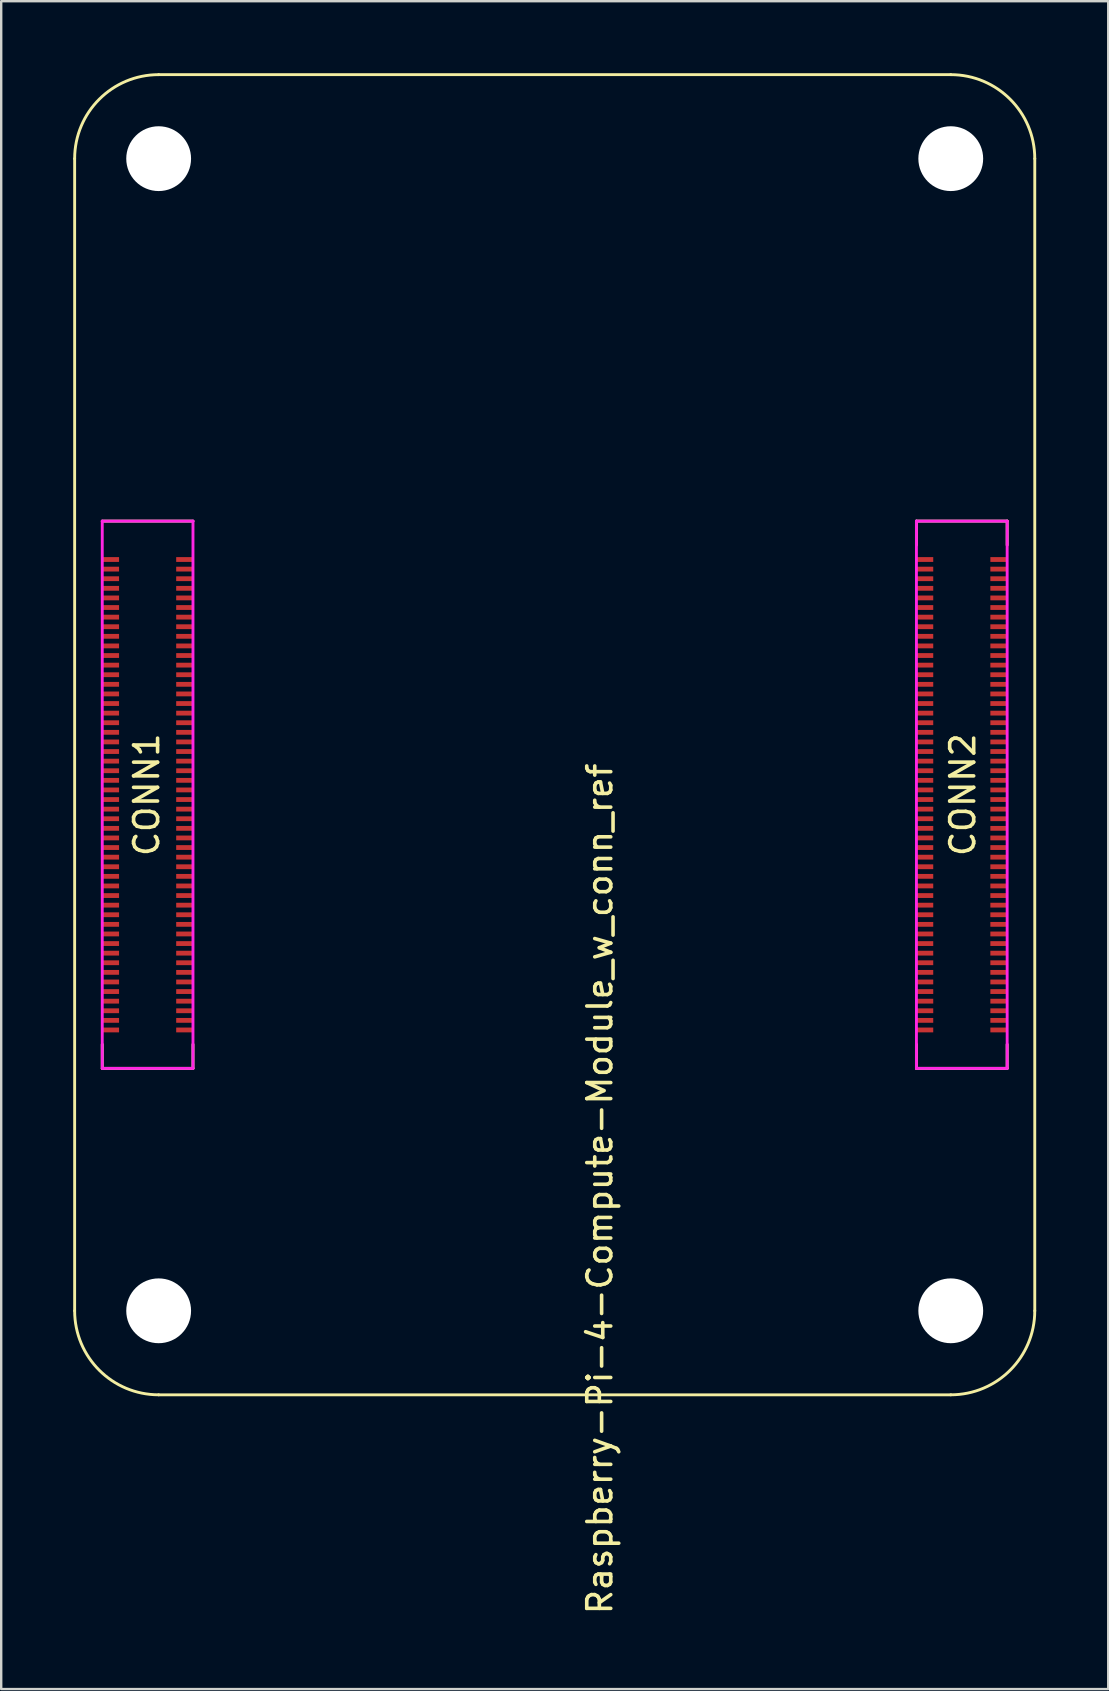
<source format=kicad_pcb>
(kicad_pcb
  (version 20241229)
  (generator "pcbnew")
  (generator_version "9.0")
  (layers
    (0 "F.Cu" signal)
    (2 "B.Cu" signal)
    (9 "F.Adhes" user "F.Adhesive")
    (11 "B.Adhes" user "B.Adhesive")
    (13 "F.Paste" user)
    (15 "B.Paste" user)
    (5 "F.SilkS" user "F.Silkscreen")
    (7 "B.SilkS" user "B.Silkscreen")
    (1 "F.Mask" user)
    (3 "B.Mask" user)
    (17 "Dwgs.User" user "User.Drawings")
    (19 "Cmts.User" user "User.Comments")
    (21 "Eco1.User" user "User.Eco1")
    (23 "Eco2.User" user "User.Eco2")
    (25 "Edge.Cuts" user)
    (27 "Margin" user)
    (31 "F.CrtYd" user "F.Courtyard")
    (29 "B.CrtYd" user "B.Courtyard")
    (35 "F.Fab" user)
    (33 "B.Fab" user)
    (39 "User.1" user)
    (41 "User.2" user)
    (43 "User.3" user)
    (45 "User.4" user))
  (footprint "Raspberry-Pi-4-Compute-Module_w_conn_ref"
    (layer "F.Cu")
    (at 3.56 51.56)
    (property "Reference" "Raspberry-Pi-4-Compute-Module_w_conn_ref" (at 18.38 -5.08 270) (layer "F.SilkS") (effects (font (size 1 1) (thickness 0.15))))
    (attr smd)
    (fp_line (start -3.5 -48) (end -3.5 0) (stroke (width 0.12) (type solid)) (layer "F.SilkS"))
    (fp_line (start -2.35 -32.9) (end 1.43 -32.9) (stroke (width 0.12) (type solid)) (layer "F.SilkS"))
    (fp_line (start -2.35 -10.1) (end -2.35 -11.1) (stroke (width 0.12) (type solid)) (layer "F.SilkS"))
    (fp_line (start -2.35 -10.1) (end 1.43 -10.1) (stroke (width 0.12) (type solid)) (layer "F.SilkS"))
    (fp_line (start 0 3.5) (end 33 3.5) (stroke (width 0.12) (type solid)) (layer "F.SilkS"))
    (fp_line (start 1.43 -10.1) (end 1.43 -11.1) (stroke (width 0.12) (type solid)) (layer "F.SilkS"))
    (fp_line (start 31.57 -32.9) (end 31.57 -31.9) (stroke (width 0.12) (type solid)) (layer "F.SilkS"))
    (fp_line (start 31.57 -32.9) (end 35.35 -32.9) (stroke (width 0.12) (type solid)) (layer "F.SilkS"))
    (fp_line (start 31.57 -10.1) (end 31.57 -11.1) (stroke (width 0.12) (type solid)) (layer "F.SilkS"))
    (fp_line (start 31.57 -10.1) (end 35.35 -10.1) (stroke (width 0.12) (type solid)) (layer "F.SilkS"))
    (fp_line (start 33 -51.5) (end 0 -51.5) (stroke (width 0.12) (type solid)) (layer "F.SilkS"))
    (fp_line (start 35.35 -32.9) (end 35.35 -31.9) (stroke (width 0.12) (type solid)) (layer "F.SilkS"))
    (fp_line (start 35.35 -10.1) (end 35.35 -11.1) (stroke (width 0.12) (type solid)) (layer "F.SilkS"))
    (fp_line (start 36.5 0) (end 36.5 -48) (stroke (width 0.12) (type solid)) (layer "F.SilkS"))
    (fp_arc (start -3.5 -48) (mid -2.474874 -50.474874) (end 0 -51.5) (stroke (width 0.12) (type solid)) (layer "F.SilkS"))
    (fp_arc (start 0 3.5) (mid -2.474874 2.474874) (end -3.5 0) (stroke (width 0.12) (type solid)) (layer "F.SilkS"))
    (fp_arc (start 33 -51.5) (mid 35.474874 -50.474874) (end 36.5 -48) (stroke (width 0.12) (type solid)) (layer "F.SilkS"))
    (fp_arc (start 36.5 0) (mid 35.474874 2.474874) (end 33 3.5) (stroke (width 0.12) (type solid)) (layer "F.SilkS"))
    (fp_line (start -2.35 -32.9) (end 1.43 -32.9) (stroke (width 0.12) (type solid)) (layer "F.CrtYd"))
    (fp_line (start -2.35 -10.1) (end -2.35 -32.9) (stroke (width 0.12) (type solid)) (layer "F.CrtYd"))
    (fp_line (start 1.43 -32.9) (end 1.43 -10.1) (stroke (width 0.12) (type solid)) (layer "F.CrtYd"))
    (fp_line (start 1.43 -10.1) (end -2.35 -10.1) (stroke (width 0.12) (type solid)) (layer "F.CrtYd"))
    (fp_line (start 31.57 -32.9) (end 35.35 -32.9) (stroke (width 0.12) (type solid)) (layer "F.CrtYd"))
    (fp_line (start 31.57 -10.1) (end 31.57 -32.9) (stroke (width 0.12) (type solid)) (layer "F.CrtYd"))
    (fp_line (start 35.35 -32.9) (end 35.35 -10.1) (stroke (width 0.12) (type solid)) (layer "F.CrtYd"))
    (fp_line (start 35.35 -10.1) (end 31.57 -10.1) (stroke (width 0.12) (type solid)) (layer "F.CrtYd"))
    (fp_text user "CONN2" (at 33.5 -21.5 90) (layer "F.SilkS") (effects (font (size 1 1) (thickness 0.15))))
    (fp_text user "CONN1" (at -0.5 -21.5 270) (layer "F.SilkS") (effects (font (size 1 1) (thickness 0.15))))
    (pad "" np_thru_hole circle (at 0 -48) (size 2.7 2.7) (drill 2.7) (layers "*.Cu" "*.Mask"))
    (pad "" np_thru_hole circle (at 0 0) (size 2.7 2.7) (drill 2.7) (layers "*.Cu" "*.Mask"))
    (pad "" np_thru_hole circle (at 33 -48) (size 2.7 2.7) (drill 2.7) (layers "*.Cu" "*.Mask"))
    (pad "" np_thru_hole circle (at 33 0) (size 2.7 2.7) (drill 2.7) (layers "*.Cu" "*.Mask"))
    (pad "1" smd rect (at -2 -31.3 270) (size 0.2 0.7) (layers "F.Cu" "F.Mask" "F.Paste"))
    (pad "2" smd rect (at 1.08 -31.3 270) (size 0.2 0.7) (layers "F.Cu" "F.Mask" "F.Paste"))
    (pad "3" smd rect (at -2 -30.9 270) (size 0.2 0.7) (layers "F.Cu" "F.Mask" "F.Paste"))
    (pad "4" smd rect (at 1.08 -30.9 270) (size 0.2 0.7) (layers "F.Cu" "F.Mask" "F.Paste"))
    (pad "5" smd rect (at -2 -30.5 270) (size 0.2 0.7) (layers "F.Cu" "F.Mask" "F.Paste"))
    (pad "6" smd rect (at 1.08 -30.5 270) (size 0.2 0.7) (layers "F.Cu" "F.Mask" "F.Paste"))
    (pad "7" smd rect (at -2 -30.1 270) (size 0.2 0.7) (layers "F.Cu" "F.Mask" "F.Paste"))
    (pad "8" smd rect (at 1.08 -30.1 270) (size 0.2 0.7) (layers "F.Cu" "F.Mask" "F.Paste"))
    (pad "9" smd rect (at -2 -29.7 270) (size 0.2 0.7) (layers "F.Cu" "F.Mask" "F.Paste"))
    (pad "10" smd rect (at 1.08 -29.7 270) (size 0.2 0.7) (layers "F.Cu" "F.Mask" "F.Paste"))
    (pad "11" smd rect (at -2 -29.3 270) (size 0.2 0.7) (layers "F.Cu" "F.Mask" "F.Paste"))
    (pad "12" smd rect (at 1.08 -29.3 270) (size 0.2 0.7) (layers "F.Cu" "F.Mask" "F.Paste"))
    (pad "13" smd rect (at -2 -28.9 270) (size 0.2 0.7) (layers "F.Cu" "F.Mask" "F.Paste"))
    (pad "14" smd rect (at 1.08 -28.9 270) (size 0.2 0.7) (layers "F.Cu" "F.Mask" "F.Paste"))
    (pad "15" smd rect (at -2 -28.5 270) (size 0.2 0.7) (layers "F.Cu" "F.Mask" "F.Paste"))
    (pad "16" smd rect (at 1.08 -28.5 270) (size 0.2 0.7) (layers "F.Cu" "F.Mask" "F.Paste"))
    (pad "17" smd rect (at -2 -28.1 270) (size 0.2 0.7) (layers "F.Cu" "F.Mask" "F.Paste"))
    (pad "18" smd rect (at 1.08 -28.1 270) (size 0.2 0.7) (layers "F.Cu" "F.Mask" "F.Paste"))
    (pad "19" smd rect (at -2 -27.7 270) (size 0.2 0.7) (layers "F.Cu" "F.Mask" "F.Paste"))
    (pad "20" smd rect (at 1.08 -27.7 270) (size 0.2 0.7) (layers "F.Cu" "F.Mask" "F.Paste"))
    (pad "21" smd rect (at -2 -27.3 270) (size 0.2 0.7) (layers "F.Cu" "F.Mask" "F.Paste"))
    (pad "22" smd rect (at 1.08 -27.3 270) (size 0.2 0.7) (layers "F.Cu" "F.Mask" "F.Paste"))
    (pad "23" smd rect (at -2 -26.9 270) (size 0.2 0.7) (layers "F.Cu" "F.Mask" "F.Paste"))
    (pad "24" smd rect (at 1.08 -26.9 270) (size 0.2 0.7) (layers "F.Cu" "F.Mask" "F.Paste"))
    (pad "25" smd rect (at -2 -26.5 270) (size 0.2 0.7) (layers "F.Cu" "F.Mask" "F.Paste"))
    (pad "26" smd rect (at 1.08 -26.5 270) (size 0.2 0.7) (layers "F.Cu" "F.Mask" "F.Paste"))
    (pad "27" smd rect (at -2 -26.1 270) (size 0.2 0.7) (layers "F.Cu" "F.Mask" "F.Paste"))
    (pad "28" smd rect (at 1.08 -26.1 270) (size 0.2 0.7) (layers "F.Cu" "F.Mask" "F.Paste"))
    (pad "29" smd rect (at -2 -25.7 270) (size 0.2 0.7) (layers "F.Cu" "F.Mask" "F.Paste"))
    (pad "30" smd rect (at 1.08 -25.7 270) (size 0.2 0.7) (layers "F.Cu" "F.Mask" "F.Paste"))
    (pad "31" smd rect (at -2 -25.3 270) (size 0.2 0.7) (layers "F.Cu" "F.Mask" "F.Paste"))
    (pad "32" smd rect (at 1.08 -25.3 270) (size 0.2 0.7) (layers "F.Cu" "F.Mask" "F.Paste"))
    (pad "33" smd rect (at -2 -24.9 270) (size 0.2 0.7) (layers "F.Cu" "F.Mask" "F.Paste"))
    (pad "34" smd rect (at 1.08 -24.9 270) (size 0.2 0.7) (layers "F.Cu" "F.Mask" "F.Paste"))
    (pad "35" smd rect (at -2 -24.5 270) (size 0.2 0.7) (layers "F.Cu" "F.Mask" "F.Paste"))
    (pad "36" smd rect (at 1.08 -24.5 270) (size 0.2 0.7) (layers "F.Cu" "F.Mask" "F.Paste"))
    (pad "37" smd rect (at -2 -24.1 270) (size 0.2 0.7) (layers "F.Cu" "F.Mask" "F.Paste"))
    (pad "38" smd rect (at 1.08 -24.1 270) (size 0.2 0.7) (layers "F.Cu" "F.Mask" "F.Paste"))
    (pad "39" smd rect (at -2 -23.7 270) (size 0.2 0.7) (layers "F.Cu" "F.Mask" "F.Paste"))
    (pad "40" smd rect (at 1.08 -23.7 270) (size 0.2 0.7) (layers "F.Cu" "F.Mask" "F.Paste"))
    (pad "41" smd rect (at -2 -23.3 270) (size 0.2 0.7) (layers "F.Cu" "F.Mask" "F.Paste"))
    (pad "42" smd rect (at 1.08 -23.3 270) (size 0.2 0.7) (layers "F.Cu" "F.Mask" "F.Paste"))
    (pad "43" smd rect (at -2 -22.9 270) (size 0.2 0.7) (layers "F.Cu" "F.Mask" "F.Paste"))
    (pad "44" smd rect (at 1.08 -22.9 270) (size 0.2 0.7) (layers "F.Cu" "F.Mask" "F.Paste"))
    (pad "45" smd rect (at -2 -22.5 270) (size 0.2 0.7) (layers "F.Cu" "F.Mask" "F.Paste"))
    (pad "46" smd rect (at 1.08 -22.5 270) (size 0.2 0.7) (layers "F.Cu" "F.Mask" "F.Paste"))
    (pad "47" smd rect (at -2 -22.1 270) (size 0.2 0.7) (layers "F.Cu" "F.Mask" "F.Paste"))
    (pad "48" smd rect (at 1.08 -22.1 270) (size 0.2 0.7) (layers "F.Cu" "F.Mask" "F.Paste"))
    (pad "49" smd rect (at -2 -21.7 270) (size 0.2 0.7) (layers "F.Cu" "F.Mask" "F.Paste"))
    (pad "50" smd rect (at 1.08 -21.7 270) (size 0.2 0.7) (layers "F.Cu" "F.Mask" "F.Paste"))
    (pad "51" smd rect (at -2 -21.3 270) (size 0.2 0.7) (layers "F.Cu" "F.Mask" "F.Paste"))
    (pad "52" smd rect (at 1.08 -21.3 270) (size 0.2 0.7) (layers "F.Cu" "F.Mask" "F.Paste"))
    (pad "53" smd rect (at -2 -20.9 270) (size 0.2 0.7) (layers "F.Cu" "F.Mask" "F.Paste"))
    (pad "54" smd rect (at 1.08 -20.9 270) (size 0.2 0.7) (layers "F.Cu" "F.Mask" "F.Paste"))
    (pad "55" smd rect (at -2 -20.5 270) (size 0.2 0.7) (layers "F.Cu" "F.Mask" "F.Paste"))
    (pad "56" smd rect (at 1.08 -20.5 270) (size 0.2 0.7) (layers "F.Cu" "F.Mask" "F.Paste"))
    (pad "57" smd rect (at -2 -20.1 270) (size 0.2 0.7) (layers "F.Cu" "F.Mask" "F.Paste"))
    (pad "58" smd rect (at 1.08 -20.1 270) (size 0.2 0.7) (layers "F.Cu" "F.Mask" "F.Paste"))
    (pad "59" smd rect (at -2 -19.7 270) (size 0.2 0.7) (layers "F.Cu" "F.Mask" "F.Paste"))
    (pad "60" smd rect (at 1.08 -19.7 270) (size 0.2 0.7) (layers "F.Cu" "F.Mask" "F.Paste"))
    (pad "61" smd rect (at -2 -19.3 270) (size 0.2 0.7) (layers "F.Cu" "F.Mask" "F.Paste"))
    (pad "62" smd rect (at 1.08 -19.3 270) (size 0.2 0.7) (layers "F.Cu" "F.Mask" "F.Paste"))
    (pad "63" smd rect (at -2 -18.9 270) (size 0.2 0.7) (layers "F.Cu" "F.Mask" "F.Paste"))
    (pad "64" smd rect (at 1.08 -18.9 270) (size 0.2 0.7) (layers "F.Cu" "F.Mask" "F.Paste"))
    (pad "65" smd rect (at -2 -18.5 270) (size 0.2 0.7) (layers "F.Cu" "F.Mask" "F.Paste"))
    (pad "66" smd rect (at 1.08 -18.5 270) (size 0.2 0.7) (layers "F.Cu" "F.Mask" "F.Paste"))
    (pad "67" smd rect (at -2 -18.1 270) (size 0.2 0.7) (layers "F.Cu" "F.Mask" "F.Paste"))
    (pad "68" smd rect (at 1.08 -18.1 270) (size 0.2 0.7) (layers "F.Cu" "F.Mask" "F.Paste"))
    (pad "69" smd rect (at -2 -17.7 270) (size 0.2 0.7) (layers "F.Cu" "F.Mask" "F.Paste"))
    (pad "70" smd rect (at 1.08 -17.7 270) (size 0.2 0.7) (layers "F.Cu" "F.Mask" "F.Paste"))
    (pad "71" smd rect (at -2 -17.3 270) (size 0.2 0.7) (layers "F.Cu" "F.Mask" "F.Paste"))
    (pad "72" smd rect (at 1.08 -17.3 270) (size 0.2 0.7) (layers "F.Cu" "F.Mask" "F.Paste"))
    (pad "73" smd rect (at -2 -16.9 270) (size 0.2 0.7) (layers "F.Cu" "F.Mask" "F.Paste"))
    (pad "74" smd rect (at 1.08 -16.9 270) (size 0.2 0.7) (layers "F.Cu" "F.Mask" "F.Paste"))
    (pad "75" smd rect (at -2 -16.5 270) (size 0.2 0.7) (layers "F.Cu" "F.Mask" "F.Paste"))
    (pad "76" smd rect (at 1.08 -16.5 270) (size 0.2 0.7) (layers "F.Cu" "F.Mask" "F.Paste"))
    (pad "77" smd rect (at -2 -16.1 270) (size 0.2 0.7) (layers "F.Cu" "F.Mask" "F.Paste"))
    (pad "78" smd rect (at 1.08 -16.1 270) (size 0.2 0.7) (layers "F.Cu" "F.Mask" "F.Paste"))
    (pad "79" smd rect (at -2 -15.7 270) (size 0.2 0.7) (layers "F.Cu" "F.Mask" "F.Paste"))
    (pad "80" smd rect (at 1.08 -15.7 270) (size 0.2 0.7) (layers "F.Cu" "F.Mask" "F.Paste"))
    (pad "81" smd rect (at -2 -15.3 270) (size 0.2 0.7) (layers "F.Cu" "F.Mask" "F.Paste"))
    (pad "82" smd rect (at 1.08 -15.3 270) (size 0.2 0.7) (layers "F.Cu" "F.Mask" "F.Paste"))
    (pad "83" smd rect (at -2 -14.9 270) (size 0.2 0.7) (layers "F.Cu" "F.Mask" "F.Paste"))
    (pad "84" smd rect (at 1.08 -14.9 270) (size 0.2 0.7) (layers "F.Cu" "F.Mask" "F.Paste"))
    (pad "85" smd rect (at -2 -14.5 270) (size 0.2 0.7) (layers "F.Cu" "F.Mask" "F.Paste"))
    (pad "86" smd rect (at 1.08 -14.5 270) (size 0.2 0.7) (layers "F.Cu" "F.Mask" "F.Paste"))
    (pad "87" smd rect (at -2 -14.1 270) (size 0.2 0.7) (layers "F.Cu" "F.Mask" "F.Paste"))
    (pad "88" smd rect (at 1.08 -14.1 270) (size 0.2 0.7) (layers "F.Cu" "F.Mask" "F.Paste"))
    (pad "89" smd rect (at -2 -13.7 270) (size 0.2 0.7) (layers "F.Cu" "F.Mask" "F.Paste"))
    (pad "90" smd rect (at 1.08 -13.7 270) (size 0.2 0.7) (layers "F.Cu" "F.Mask" "F.Paste"))
    (pad "91" smd rect (at -2 -13.3 270) (size 0.2 0.7) (layers "F.Cu" "F.Mask" "F.Paste"))
    (pad "92" smd rect (at 1.08 -13.3 270) (size 0.2 0.7) (layers "F.Cu" "F.Mask" "F.Paste"))
    (pad "93" smd rect (at -2 -12.9 270) (size 0.2 0.7) (layers "F.Cu" "F.Mask" "F.Paste"))
    (pad "94" smd rect (at 1.08 -12.9 270) (size 0.2 0.7) (layers "F.Cu" "F.Mask" "F.Paste"))
    (pad "95" smd rect (at -2 -12.5 270) (size 0.2 0.7) (layers "F.Cu" "F.Mask" "F.Paste"))
    (pad "96" smd rect (at 1.08 -12.5 270) (size 0.2 0.7) (layers "F.Cu" "F.Mask" "F.Paste"))
    (pad "97" smd rect (at -2 -12.1 270) (size 0.2 0.7) (layers "F.Cu" "F.Mask" "F.Paste"))
    (pad "98" smd rect (at 1.08 -12.1 270) (size 0.2 0.7) (layers "F.Cu" "F.Mask" "F.Paste"))
    (pad "99" smd rect (at -2 -11.7 270) (size 0.2 0.7) (layers "F.Cu" "F.Mask" "F.Paste"))
    (pad "100" smd rect (at 1.08 -11.7 270) (size 0.2 0.7) (layers "F.Cu" "F.Mask" "F.Paste"))
    (pad "101" smd rect (at 31.92 -31.3 270) (size 0.2 0.7) (layers "F.Cu" "F.Mask" "F.Paste"))
    (pad "102" smd rect (at 35 -31.3 270) (size 0.2 0.7) (layers "F.Cu" "F.Mask" "F.Paste"))
    (pad "103" smd rect (at 31.92 -30.9 270) (size 0.2 0.7) (layers "F.Cu" "F.Mask" "F.Paste"))
    (pad "104" smd rect (at 35 -30.9 270) (size 0.2 0.7) (layers "F.Cu" "F.Mask" "F.Paste"))
    (pad "105" smd rect (at 31.92 -30.5 270) (size 0.2 0.7) (layers "F.Cu" "F.Mask" "F.Paste"))
    (pad "106" smd rect (at 35 -30.5 270) (size 0.2 0.7) (layers "F.Cu" "F.Mask" "F.Paste"))
    (pad "107" smd rect (at 31.92 -30.1 270) (size 0.2 0.7) (layers "F.Cu" "F.Mask" "F.Paste"))
    (pad "108" smd rect (at 35 -30.1 270) (size 0.2 0.7) (layers "F.Cu" "F.Mask" "F.Paste"))
    (pad "109" smd rect (at 31.92 -29.7 270) (size 0.2 0.7) (layers "F.Cu" "F.Mask" "F.Paste"))
    (pad "110" smd rect (at 35 -29.7 270) (size 0.2 0.7) (layers "F.Cu" "F.Mask" "F.Paste"))
    (pad "111" smd rect (at 31.92 -29.3 270) (size 0.2 0.7) (layers "F.Cu" "F.Mask" "F.Paste"))
    (pad "112" smd rect (at 35 -29.3 270) (size 0.2 0.7) (layers "F.Cu" "F.Mask" "F.Paste"))
    (pad "113" smd rect (at 31.92 -28.9 270) (size 0.2 0.7) (layers "F.Cu" "F.Mask" "F.Paste"))
    (pad "114" smd rect (at 35 -28.9 270) (size 0.2 0.7) (layers "F.Cu" "F.Mask" "F.Paste"))
    (pad "115" smd rect (at 31.92 -28.5 270) (size 0.2 0.7) (layers "F.Cu" "F.Mask" "F.Paste"))
    (pad "116" smd rect (at 35 -28.5 270) (size 0.2 0.7) (layers "F.Cu" "F.Mask" "F.Paste"))
    (pad "117" smd rect (at 31.92 -28.1 270) (size 0.2 0.7) (layers "F.Cu" "F.Mask" "F.Paste"))
    (pad "118" smd rect (at 35 -28.1 270) (size 0.2 0.7) (layers "F.Cu" "F.Mask" "F.Paste"))
    (pad "119" smd rect (at 31.92 -27.7 270) (size 0.2 0.7) (layers "F.Cu" "F.Mask" "F.Paste"))
    (pad "120" smd rect (at 35 -27.7 270) (size 0.2 0.7) (layers "F.Cu" "F.Mask" "F.Paste"))
    (pad "121" smd rect (at 31.92 -27.3 270) (size 0.2 0.7) (layers "F.Cu" "F.Mask" "F.Paste"))
    (pad "122" smd rect (at 35 -27.3 270) (size 0.2 0.7) (layers "F.Cu" "F.Mask" "F.Paste"))
    (pad "123" smd rect (at 31.92 -26.9 270) (size 0.2 0.7) (layers "F.Cu" "F.Mask" "F.Paste"))
    (pad "124" smd rect (at 35 -26.9 270) (size 0.2 0.7) (layers "F.Cu" "F.Mask" "F.Paste"))
    (pad "125" smd rect (at 31.92 -26.5 270) (size 0.2 0.7) (layers "F.Cu" "F.Mask" "F.Paste"))
    (pad "126" smd rect (at 35 -26.5 270) (size 0.2 0.7) (layers "F.Cu" "F.Mask" "F.Paste"))
    (pad "127" smd rect (at 31.92 -26.1 270) (size 0.2 0.7) (layers "F.Cu" "F.Mask" "F.Paste"))
    (pad "128" smd rect (at 35 -26.1 270) (size 0.2 0.7) (layers "F.Cu" "F.Mask" "F.Paste"))
    (pad "129" smd rect (at 31.92 -25.7 270) (size 0.2 0.7) (layers "F.Cu" "F.Mask" "F.Paste"))
    (pad "130" smd rect (at 35 -25.7 270) (size 0.2 0.7) (layers "F.Cu" "F.Mask" "F.Paste"))
    (pad "131" smd rect (at 31.92 -25.3 270) (size 0.2 0.7) (layers "F.Cu" "F.Mask" "F.Paste"))
    (pad "132" smd rect (at 35 -25.3 270) (size 0.2 0.7) (layers "F.Cu" "F.Mask" "F.Paste"))
    (pad "133" smd rect (at 31.92 -24.9 270) (size 0.2 0.7) (layers "F.Cu" "F.Mask" "F.Paste"))
    (pad "134" smd rect (at 35 -24.9 270) (size 0.2 0.7) (layers "F.Cu" "F.Mask" "F.Paste"))
    (pad "135" smd rect (at 31.92 -24.5 270) (size 0.2 0.7) (layers "F.Cu" "F.Mask" "F.Paste"))
    (pad "136" smd rect (at 35 -24.5 270) (size 0.2 0.7) (layers "F.Cu" "F.Mask" "F.Paste"))
    (pad "137" smd rect (at 31.92 -24.1 270) (size 0.2 0.7) (layers "F.Cu" "F.Mask" "F.Paste"))
    (pad "138" smd rect (at 35 -24.1 270) (size 0.2 0.7) (layers "F.Cu" "F.Mask" "F.Paste"))
    (pad "139" smd rect (at 31.92 -23.7 270) (size 0.2 0.7) (layers "F.Cu" "F.Mask" "F.Paste"))
    (pad "140" smd rect (at 35 -23.7 270) (size 0.2 0.7) (layers "F.Cu" "F.Mask" "F.Paste"))
    (pad "141" smd rect (at 31.92 -23.3 270) (size 0.2 0.7) (layers "F.Cu" "F.Mask" "F.Paste"))
    (pad "142" smd rect (at 35 -23.3 270) (size 0.2 0.7) (layers "F.Cu" "F.Mask" "F.Paste"))
    (pad "143" smd rect (at 31.92 -22.9 270) (size 0.2 0.7) (layers "F.Cu" "F.Mask" "F.Paste"))
    (pad "144" smd rect (at 35 -22.9 270) (size 0.2 0.7) (layers "F.Cu" "F.Mask" "F.Paste"))
    (pad "145" smd rect (at 31.92 -22.5 270) (size 0.2 0.7) (layers "F.Cu" "F.Mask" "F.Paste"))
    (pad "146" smd rect (at 35 -22.5 270) (size 0.2 0.7) (layers "F.Cu" "F.Mask" "F.Paste"))
    (pad "147" smd rect (at 31.92 -22.1 270) (size 0.2 0.7) (layers "F.Cu" "F.Mask" "F.Paste"))
    (pad "148" smd rect (at 35 -22.1 270) (size 0.2 0.7) (layers "F.Cu" "F.Mask" "F.Paste"))
    (pad "149" smd rect (at 31.92 -21.7 270) (size 0.2 0.7) (layers "F.Cu" "F.Mask" "F.Paste"))
    (pad "150" smd rect (at 35 -21.7 270) (size 0.2 0.7) (layers "F.Cu" "F.Mask" "F.Paste"))
    (pad "151" smd rect (at 31.92 -21.3 270) (size 0.2 0.7) (layers "F.Cu" "F.Mask" "F.Paste"))
    (pad "152" smd rect (at 35 -21.3 270) (size 0.2 0.7) (layers "F.Cu" "F.Mask" "F.Paste"))
    (pad "153" smd rect (at 31.92 -20.9 270) (size 0.2 0.7) (layers "F.Cu" "F.Mask" "F.Paste"))
    (pad "154" smd rect (at 35 -20.9 270) (size 0.2 0.7) (layers "F.Cu" "F.Mask" "F.Paste"))
    (pad "155" smd rect (at 31.92 -20.5 270) (size 0.2 0.7) (layers "F.Cu" "F.Mask" "F.Paste"))
    (pad "156" smd rect (at 35 -20.5 270) (size 0.2 0.7) (layers "F.Cu" "F.Mask" "F.Paste"))
    (pad "157" smd rect (at 31.92 -20.1 270) (size 0.2 0.7) (layers "F.Cu" "F.Mask" "F.Paste"))
    (pad "158" smd rect (at 35 -20.1 270) (size 0.2 0.7) (layers "F.Cu" "F.Mask" "F.Paste"))
    (pad "159" smd rect (at 31.92 -19.7 270) (size 0.2 0.7) (layers "F.Cu" "F.Mask" "F.Paste"))
    (pad "160" smd rect (at 35 -19.7 270) (size 0.2 0.7) (layers "F.Cu" "F.Mask" "F.Paste"))
    (pad "161" smd rect (at 31.92 -19.3 270) (size 0.2 0.7) (layers "F.Cu" "F.Mask" "F.Paste"))
    (pad "162" smd rect (at 35 -19.3 270) (size 0.2 0.7) (layers "F.Cu" "F.Mask" "F.Paste"))
    (pad "163" smd rect (at 31.92 -18.9 270) (size 0.2 0.7) (layers "F.Cu" "F.Mask" "F.Paste"))
    (pad "164" smd rect (at 35 -18.9 270) (size 0.2 0.7) (layers "F.Cu" "F.Mask" "F.Paste"))
    (pad "165" smd rect (at 31.92 -18.5 270) (size 0.2 0.7) (layers "F.Cu" "F.Mask" "F.Paste"))
    (pad "166" smd rect (at 35 -18.5 270) (size 0.2 0.7) (layers "F.Cu" "F.Mask" "F.Paste"))
    (pad "167" smd rect (at 31.92 -18.1 270) (size 0.2 0.7) (layers "F.Cu" "F.Mask" "F.Paste"))
    (pad "168" smd rect (at 35 -18.1 270) (size 0.2 0.7) (layers "F.Cu" "F.Mask" "F.Paste"))
    (pad "169" smd rect (at 31.92 -17.7 270) (size 0.2 0.7) (layers "F.Cu" "F.Mask" "F.Paste"))
    (pad "170" smd rect (at 35 -17.7 270) (size 0.2 0.7) (layers "F.Cu" "F.Mask" "F.Paste"))
    (pad "171" smd rect (at 31.92 -17.3 270) (size 0.2 0.7) (layers "F.Cu" "F.Mask" "F.Paste"))
    (pad "172" smd rect (at 35 -17.3 270) (size 0.2 0.7) (layers "F.Cu" "F.Mask" "F.Paste"))
    (pad "173" smd rect (at 31.92 -16.9 270) (size 0.2 0.7) (layers "F.Cu" "F.Mask" "F.Paste"))
    (pad "174" smd rect (at 35 -16.9 270) (size 0.2 0.7) (layers "F.Cu" "F.Mask" "F.Paste"))
    (pad "175" smd rect (at 31.92 -16.5 270) (size 0.2 0.7) (layers "F.Cu" "F.Mask" "F.Paste"))
    (pad "176" smd rect (at 35 -16.5 270) (size 0.2 0.7) (layers "F.Cu" "F.Mask" "F.Paste"))
    (pad "177" smd rect (at 31.92 -16.1 270) (size 0.2 0.7) (layers "F.Cu" "F.Mask" "F.Paste"))
    (pad "178" smd rect (at 35 -16.1 270) (size 0.2 0.7) (layers "F.Cu" "F.Mask" "F.Paste"))
    (pad "179" smd rect (at 31.92 -15.7 270) (size 0.2 0.7) (layers "F.Cu" "F.Mask" "F.Paste"))
    (pad "180" smd rect (at 35 -15.7 270) (size 0.2 0.7) (layers "F.Cu" "F.Mask" "F.Paste"))
    (pad "181" smd rect (at 31.92 -15.3 270) (size 0.2 0.7) (layers "F.Cu" "F.Mask" "F.Paste"))
    (pad "182" smd rect (at 35 -15.3 270) (size 0.2 0.7) (layers "F.Cu" "F.Mask" "F.Paste"))
    (pad "183" smd rect (at 31.92 -14.9 270) (size 0.2 0.7) (layers "F.Cu" "F.Mask" "F.Paste"))
    (pad "184" smd rect (at 35 -14.9 270) (size 0.2 0.7) (layers "F.Cu" "F.Mask" "F.Paste"))
    (pad "185" smd rect (at 31.92 -14.5 270) (size 0.2 0.7) (layers "F.Cu" "F.Mask" "F.Paste"))
    (pad "186" smd rect (at 35 -14.5 270) (size 0.2 0.7) (layers "F.Cu" "F.Mask" "F.Paste"))
    (pad "187" smd rect (at 31.92 -14.1 270) (size 0.2 0.7) (layers "F.Cu" "F.Mask" "F.Paste"))
    (pad "188" smd rect (at 35 -14.1 270) (size 0.2 0.7) (layers "F.Cu" "F.Mask" "F.Paste"))
    (pad "189" smd rect (at 31.92 -13.7 270) (size 0.2 0.7) (layers "F.Cu" "F.Mask" "F.Paste"))
    (pad "190" smd rect (at 35 -13.7 270) (size 0.2 0.7) (layers "F.Cu" "F.Mask" "F.Paste"))
    (pad "191" smd rect (at 31.92 -13.3 270) (size 0.2 0.7) (layers "F.Cu" "F.Mask" "F.Paste"))
    (pad "192" smd rect (at 35 -13.3 270) (size 0.2 0.7) (layers "F.Cu" "F.Mask" "F.Paste"))
    (pad "193" smd rect (at 31.92 -12.9 270) (size 0.2 0.7) (layers "F.Cu" "F.Mask" "F.Paste"))
    (pad "194" smd rect (at 35 -12.9 270) (size 0.2 0.7) (layers "F.Cu" "F.Mask" "F.Paste"))
    (pad "195" smd rect (at 31.92 -12.5 270) (size 0.2 0.7) (layers "F.Cu" "F.Mask" "F.Paste"))
    (pad "196" smd rect (at 35 -12.5 270) (size 0.2 0.7) (layers "F.Cu" "F.Mask" "F.Paste"))
    (pad "197" smd rect (at 31.92 -12.1 270) (size 0.2 0.7) (layers "F.Cu" "F.Mask" "F.Paste"))
    (pad "198" smd rect (at 35 -12.1 270) (size 0.2 0.7) (layers "F.Cu" "F.Mask" "F.Paste"))
    (pad "199" smd rect (at 31.92 -11.7 270) (size 0.2 0.7) (layers "F.Cu" "F.Mask" "F.Paste"))
    (pad "200" smd rect (at 35 -11.7 270) (size 0.2 0.7) (layers "F.Cu" "F.Mask" "F.Paste")))
  (gr_rect
    (start -3 -3)
    (end 43.12 67.319)
    (stroke (width 0.1) (type default))
    (fill no)
    (layer "Edge.Cuts")))
</source>
